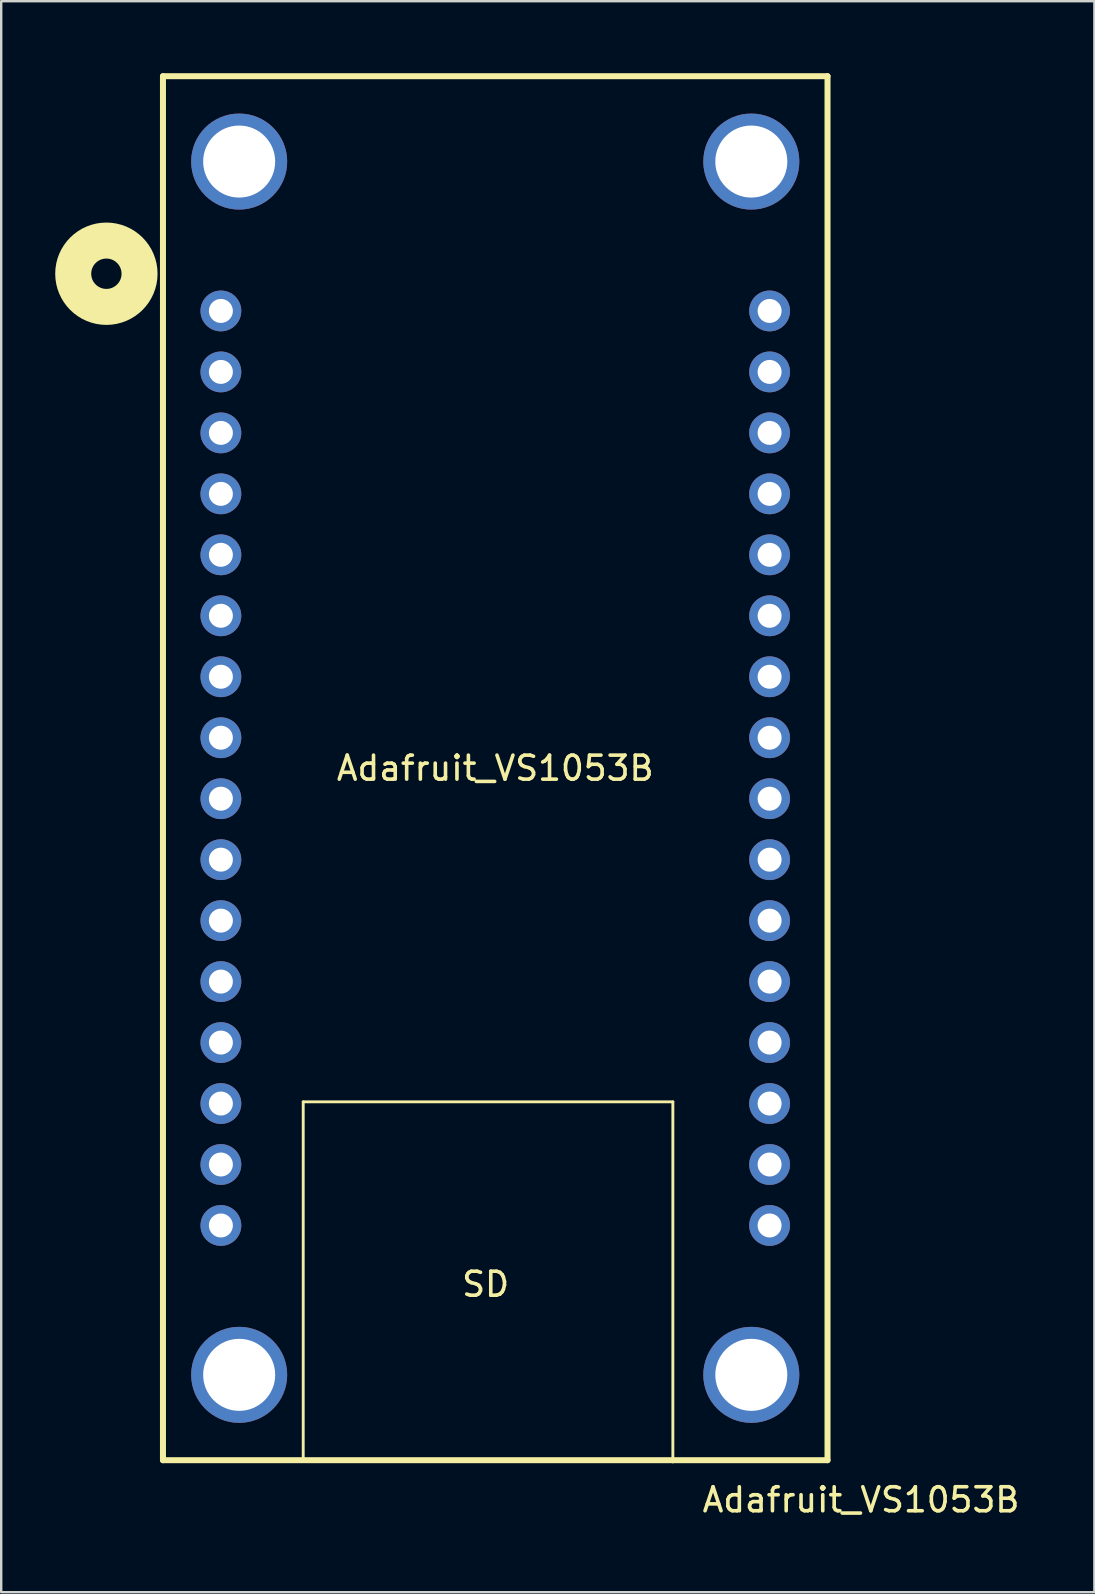
<source format=kicad_pcb>
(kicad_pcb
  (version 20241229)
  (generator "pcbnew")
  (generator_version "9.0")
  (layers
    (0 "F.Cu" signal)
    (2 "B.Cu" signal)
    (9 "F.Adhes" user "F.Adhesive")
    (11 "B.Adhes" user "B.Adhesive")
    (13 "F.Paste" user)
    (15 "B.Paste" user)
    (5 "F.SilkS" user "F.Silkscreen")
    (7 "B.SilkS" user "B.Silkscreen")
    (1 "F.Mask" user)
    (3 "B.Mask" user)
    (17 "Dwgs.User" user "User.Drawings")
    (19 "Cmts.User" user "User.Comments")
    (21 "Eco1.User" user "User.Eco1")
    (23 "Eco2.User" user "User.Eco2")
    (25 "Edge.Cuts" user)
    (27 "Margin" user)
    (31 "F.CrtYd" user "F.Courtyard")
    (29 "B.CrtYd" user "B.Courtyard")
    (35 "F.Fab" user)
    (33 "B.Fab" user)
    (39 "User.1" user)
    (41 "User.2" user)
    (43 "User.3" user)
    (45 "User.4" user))
  (footprint "Adafruit_VS1053B"
    (layer "F.Cu")
    (at 17.582 28.954)
    (property "Reference" "Adafruit_VS1053B" (at 15.24 30.48 0) (layer "F.SilkS") (effects (font (size 1 1) (thickness 0.15))))
    (attr through_hole)
    (fp_line (start -13.843 -28.829) (end -13.843 28.829) (stroke (width 0.25) (type solid)) (layer "F.SilkS"))
    (fp_line (start -13.843 -28.829) (end 13.843 -28.829) (stroke (width 0.25) (type solid)) (layer "F.SilkS"))
    (fp_line (start -13.843 28.829) (end 13.843 28.829) (stroke (width 0.25) (type solid)) (layer "F.SilkS"))
    (fp_line (start -8 13.9) (end 7.4 13.9) (stroke (width 0.12) (type solid)) (layer "F.SilkS"))
    (fp_line (start -8 28.8) (end -8 13.9) (stroke (width 0.12) (type solid)) (layer "F.SilkS"))
    (fp_line (start 7.4 13.9) (end 7.4 28.9) (stroke (width 0.12) (type solid)) (layer "F.SilkS"))
    (fp_line (start 13.843 -28.829) (end 13.843 28.829) (stroke (width 0.25) (type solid)) (layer "F.SilkS"))
    (fp_circle (center -16.2 -20.6) (end -15.568 -20.6) (stroke (width 1.5) (type solid)) (fill no) (layer "F.SilkS"))
    (fp_text user "Adafruit_VS1053B" (at 0 0 0) (layer "F.SilkS") (effects (font (size 1 1) (thickness 0.15))))
    (fp_text user "SD" (at -0.4 21.5 0) (layer "F.SilkS") (effects (font (size 1 1) (thickness 0.15))))
    (pad "1" thru_hole circle (at -11.43 -19.05) (size 1.7 1.7) (drill 1) (layers "*.Cu" "*.Mask"))
    (pad "2" thru_hole circle (at -11.43 -16.51) (size 1.7 1.7) (drill 1) (layers "*.Cu" "*.Mask"))
    (pad "3" thru_hole circle (at -11.43 -13.97) (size 1.7 1.7) (drill 1) (layers "*.Cu" "*.Mask"))
    (pad "4" thru_hole circle (at -11.43 -11.43) (size 1.7 1.7) (drill 1) (layers "*.Cu" "*.Mask"))
    (pad "5" thru_hole circle (at -11.43 -8.89) (size 1.7 1.7) (drill 1) (layers "*.Cu" "*.Mask"))
    (pad "6" thru_hole circle (at -11.43 -6.35) (size 1.7 1.7) (drill 1) (layers "*.Cu" "*.Mask"))
    (pad "7" thru_hole circle (at -11.43 -3.81) (size 1.7 1.7) (drill 1) (layers "*.Cu" "*.Mask"))
    (pad "8" thru_hole circle (at -11.43 -1.27) (size 1.7 1.7) (drill 1) (layers "*.Cu" "*.Mask"))
    (pad "9" thru_hole circle (at -11.43 1.27) (size 1.7 1.7) (drill 1) (layers "*.Cu" "*.Mask"))
    (pad "10" thru_hole circle (at -11.43 3.81) (size 1.7 1.7) (drill 1) (layers "*.Cu" "*.Mask"))
    (pad "11" thru_hole circle (at -11.43 6.35) (size 1.7 1.7) (drill 1) (layers "*.Cu" "*.Mask"))
    (pad "12" thru_hole circle (at -11.43 8.89) (size 1.7 1.7) (drill 1) (layers "*.Cu" "*.Mask"))
    (pad "13" thru_hole circle (at -11.43 11.43) (size 1.7 1.7) (drill 1) (layers "*.Cu" "*.Mask"))
    (pad "14" thru_hole circle (at -11.43 13.97) (size 1.7 1.7) (drill 1) (layers "*.Cu" "*.Mask"))
    (pad "15" thru_hole circle (at -11.43 16.51) (size 1.7 1.7) (drill 1) (layers "*.Cu" "*.Mask"))
    (pad "16" thru_hole circle (at -11.43 19.05) (size 1.7 1.7) (drill 1) (layers "*.Cu" "*.Mask"))
    (pad "17" thru_hole circle (at 11.43 19.05) (size 1.7 1.7) (drill 1) (layers "*.Cu" "*.Mask"))
    (pad "18" thru_hole circle (at 11.43 16.51) (size 1.7 1.7) (drill 1) (layers "*.Cu" "*.Mask"))
    (pad "19" thru_hole circle (at 11.43 13.97) (size 1.7 1.7) (drill 1) (layers "*.Cu" "*.Mask"))
    (pad "20" thru_hole circle (at 11.43 11.43) (size 1.7 1.7) (drill 1) (layers "*.Cu" "*.Mask"))
    (pad "21" thru_hole circle (at 11.43 8.89) (size 1.7 1.7) (drill 1) (layers "*.Cu" "*.Mask"))
    (pad "22" thru_hole circle (at 11.43 6.35) (size 1.7 1.7) (drill 1) (layers "*.Cu" "*.Mask"))
    (pad "23" thru_hole circle (at 11.43 3.81) (size 1.7 1.7) (drill 1) (layers "*.Cu" "*.Mask"))
    (pad "24" thru_hole circle (at 11.43 1.27) (size 1.7 1.7) (drill 1) (layers "*.Cu" "*.Mask"))
    (pad "25" thru_hole circle (at 11.43 -1.27) (size 1.7 1.7) (drill 1) (layers "*.Cu" "*.Mask"))
    (pad "26" thru_hole circle (at 11.43 -3.81) (size 1.7 1.7) (drill 1) (layers "*.Cu" "*.Mask"))
    (pad "27" thru_hole circle (at 11.43 -6.35) (size 1.7 1.7) (drill 1) (layers "*.Cu" "*.Mask"))
    (pad "28" thru_hole circle (at 11.43 -8.89) (size 1.7 1.7) (drill 1) (layers "*.Cu" "*.Mask"))
    (pad "29" thru_hole circle (at 11.43 -11.43) (size 1.7 1.7) (drill 1) (layers "*.Cu" "*.Mask"))
    (pad "30" thru_hole circle (at 11.43 -13.97) (size 1.7 1.7) (drill 1) (layers "*.Cu" "*.Mask"))
    (pad "31" thru_hole circle (at 11.43 -16.51) (size 1.7 1.7) (drill 1) (layers "*.Cu" "*.Mask"))
    (pad "32" thru_hole circle (at 11.43 -19.05) (size 1.7 1.7) (drill 1) (layers "*.Cu" "*.Mask"))
    (pad "M1" thru_hole circle (at -10.668 -25.273) (size 4 4) (drill 3) (layers "*.Cu" "*.Mask"))
    (pad "M2" thru_hole circle (at -10.668 25.273) (size 4 4) (drill 3) (layers "*.Cu" "*.Mask"))
    (pad "M3" thru_hole circle (at 10.668 25.273) (size 4 4) (drill 3) (layers "*.Cu" "*.Mask"))
    (pad "M4" thru_hole circle (at 10.668 -25.273) (size 4 4) (drill 3) (layers "*.Cu" "*.Mask")))
  (gr_rect
    (start -3 -3)
    (end 42.543 63.282)
    (stroke (width 0.1) (type default))
    (fill no)
    (layer "Edge.Cuts")))
</source>
